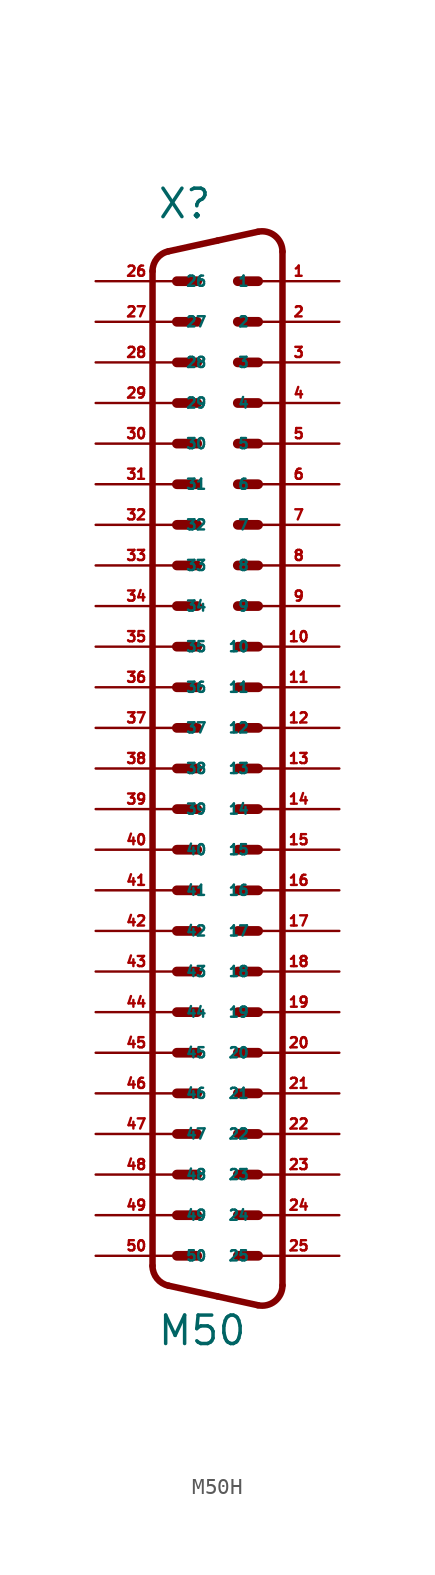
<source format=kicad_sym>
(kicad_symbol_lib
  (version 20220914)
  (generator Eagle2Kicad)
  (symbol "M50H"
    (property "Reference" "X"
      (at -3.81 31.75 0)
      (effects (font (size 1.778 1.778) (thickness 0.22)) (justify left bottom)))
    (property "Value" "M50"
      (at -3.81 -38.735 0)
      (effects (font (size 1.778 1.778) (thickness 0.22)) (justify left bottom)))
    (polyline
      (pts (xy -1.27 12.7) (xy -2.54 12.7))
      (stroke (width 0.61) (type default))
      (fill (type none)))
    (polyline
      (pts (xy 2.54 -7.62) (xy 1.27 -7.62))
      (stroke (width 0.61) (type default))
      (fill (type none)))
    (polyline
      (pts (xy -1.27 15.24) (xy -2.54 15.24))
      (stroke (width 0.61) (type default))
      (fill (type none)))
    (polyline
      (pts (xy 2.54 -5.08) (xy 1.27 -5.08))
      (stroke (width 0.61) (type default))
      (fill (type none)))
    (polyline
      (pts (xy -1.27 17.78) (xy -2.54 17.78))
      (stroke (width 0.61) (type default))
      (fill (type none)))
    (polyline
      (pts (xy 2.54 -2.54) (xy 1.27 -2.54))
      (stroke (width 0.61) (type default))
      (fill (type none)))
    (polyline
      (pts (xy -1.27 20.32) (xy -2.54 20.32))
      (stroke (width 0.61) (type default))
      (fill (type none)))
    (polyline
      (pts (xy 2.54 0) (xy 1.27 0))
      (stroke (width 0.61) (type default))
      (fill (type none)))
    (polyline
      (pts (xy -1.27 22.86) (xy -2.54 22.86))
      (stroke (width 0.61) (type default))
      (fill (type none)))
    (polyline
      (pts (xy 2.54 2.54) (xy 1.27 2.54))
      (stroke (width 0.61) (type default))
      (fill (type none)))
    (polyline
      (pts (xy -1.27 25.4) (xy -2.54 25.4))
      (stroke (width 0.61) (type default))
      (fill (type none)))
    (polyline
      (pts (xy 2.54 5.08) (xy 1.27 5.08))
      (stroke (width 0.61) (type default))
      (fill (type none)))
    (polyline
      (pts (xy -1.27 27.94) (xy -2.54 27.94))
      (stroke (width 0.61) (type default))
      (fill (type none)))
    (polyline
      (pts (xy 2.54 7.62) (xy 1.27 7.62))
      (stroke (width 0.61) (type default))
      (fill (type none)))
    (polyline
      (pts (xy 2.54 -33.02) (xy 1.27 -33.02))
      (stroke (width 0.61) (type default))
      (fill (type none)))
    (polyline
      (pts (xy 2.54 10.16) (xy 1.27 10.16))
      (stroke (width 0.61) (type default))
      (fill (type none)))
    (polyline
      (pts (xy 2.54 -30.48) (xy 1.27 -30.48))
      (stroke (width 0.61) (type default))
      (fill (type none)))
    (polyline
      (pts (xy 2.54 12.7) (xy 1.27 12.7))
      (stroke (width 0.61) (type default))
      (fill (type none)))
    (polyline
      (pts (xy 2.54 -27.94) (xy 1.27 -27.94))
      (stroke (width 0.61) (type default))
      (fill (type none)))
    (polyline
      (pts (xy 2.54 15.24) (xy 1.27 15.24))
      (stroke (width 0.61) (type default))
      (fill (type none)))
    (polyline
      (pts (xy 2.54 -25.4) (xy 1.27 -25.4))
      (stroke (width 0.61) (type default))
      (fill (type none)))
    (polyline
      (pts (xy 2.54 17.78) (xy 1.27 17.78))
      (stroke (width 0.61) (type default))
      (fill (type none)))
    (polyline
      (pts (xy 2.54 -22.86) (xy 1.27 -22.86))
      (stroke (width 0.61) (type default))
      (fill (type none)))
    (polyline
      (pts (xy 2.54 20.32) (xy 1.27 20.32))
      (stroke (width 0.61) (type default))
      (fill (type none)))
    (polyline
      (pts (xy 2.54 -20.32) (xy 1.27 -20.32))
      (stroke (width 0.61) (type default))
      (fill (type none)))
    (polyline
      (pts (xy 2.54 22.86) (xy 1.27 22.86))
      (stroke (width 0.61) (type default))
      (fill (type none)))
    (polyline
      (pts (xy 2.54 -17.78) (xy 1.27 -17.78))
      (stroke (width 0.61) (type default))
      (fill (type none)))
    (polyline
      (pts (xy 2.54 25.4) (xy 1.27 25.4))
      (stroke (width 0.61) (type default))
      (fill (type none)))
    (polyline
      (pts (xy 2.54 -15.24) (xy 1.27 -15.24))
      (stroke (width 0.61) (type default))
      (fill (type none)))
    (polyline
      (pts (xy 2.54 27.94) (xy 1.27 27.94))
      (stroke (width 0.61) (type default))
      (fill (type none)))
    (polyline
      (pts (xy -1.27 2.54) (xy -2.54 2.54))
      (stroke (width 0.61) (type default))
      (fill (type none)))
    (polyline
      (pts (xy -1.27 7.62) (xy -2.54 7.62))
      (stroke (width 0.61) (type default))
      (fill (type none)))
    (polyline
      (pts (xy 2.54 -10.16) (xy 1.27 -10.16))
      (stroke (width 0.61) (type default))
      (fill (type none)))
    (polyline
      (pts (xy 2.54 -12.7) (xy 1.27 -12.7))
      (stroke (width 0.61) (type default))
      (fill (type none)))
    (polyline
      (pts (xy -1.27 -5.08) (xy -2.54 -5.08))
      (stroke (width 0.61) (type default))
      (fill (type none)))
    (polyline
      (pts (xy -1.27 10.16) (xy -2.54 10.16))
      (stroke (width 0.61) (type default))
      (fill (type none)))
    (polyline
      (pts (xy -1.27 5.08) (xy -2.54 5.08))
      (stroke (width 0.61) (type default))
      (fill (type none)))
    (polyline
      (pts (xy -1.27 0) (xy -2.54 0))
      (stroke (width 0.61) (type default))
      (fill (type none)))
    (polyline
      (pts (xy -1.27 -2.54) (xy -2.54 -2.54))
      (stroke (width 0.61) (type default))
      (fill (type none)))
    (polyline
      (pts (xy -1.27 -7.62) (xy -2.54 -7.62))
      (stroke (width 0.61) (type default))
      (fill (type none)))
    (polyline
      (pts (xy -1.27 -10.16) (xy -2.54 -10.16))
      (stroke (width 0.61) (type default))
      (fill (type none)))
    (polyline
      (pts (xy -1.27 -12.7) (xy -2.54 -12.7))
      (stroke (width 0.61) (type default))
      (fill (type none)))
    (polyline
      (pts (xy -1.27 -15.24) (xy -2.54 -15.24))
      (stroke (width 0.61) (type default))
      (fill (type none)))
    (polyline
      (pts (xy -1.27 -17.78) (xy -2.54 -17.78))
      (stroke (width 0.61) (type default))
      (fill (type none)))
    (polyline
      (pts (xy -1.27 -20.32) (xy -2.54 -20.32))
      (stroke (width 0.61) (type default))
      (fill (type none)))
    (polyline
      (pts (xy -1.27 -22.86) (xy -2.54 -22.86))
      (stroke (width 0.61) (type default))
      (fill (type none)))
    (polyline
      (pts (xy -1.27 -25.4) (xy -2.54 -25.4))
      (stroke (width 0.61) (type default))
      (fill (type none)))
    (polyline
      (pts (xy -1.27 -27.94) (xy -2.54 -27.94))
      (stroke (width 0.61) (type default))
      (fill (type none)))
    (polyline
      (pts (xy -1.27 -30.48) (xy -2.54 -30.48))
      (stroke (width 0.61) (type default))
      (fill (type none)))
    (polyline
      (pts (xy -1.27 -33.02) (xy -2.54 -33.02))
      (stroke (width 0.61) (type default))
      (fill (type none)))
    (arc
      (start 2.5226 -36.1119)
      (mid 3.590 -35.860)
      (end 4.0638 -34.8712)
      (stroke (width 0.4064) (type default))
      (fill (type none)))
    (polyline
      (pts (xy 2.523 -36.112) (xy 0 -35.56))
      (stroke (width 0.406) (type default))
      (fill (type none)))
    (polyline
      (pts (xy 0 -35.56) (xy -3.065 -34.889))
      (stroke (width 0.406) (type default))
      (fill (type none)))
    (arc
      (start -4.0641 -33.6488)
      (mid -3.783 -34.445)
      (end -3.0654 -34.8894)
      (stroke (width 0.4064) (type default))
      (fill (type none)))
    (polyline
      (pts (xy -4.064 28.569) (xy -4.064 -33.649))
      (stroke (width 0.406) (type default))
      (fill (type none)))
    (arc
      (start -3.0654 29.8094)
      (mid -3.783 29.365)
      (end -4.064 28.5688)
      (stroke (width 0.4064) (type default))
      (fill (type none)))
    (polyline
      (pts (xy 4.064 29.791) (xy 4.064 -34.871))
      (stroke (width 0.406) (type default))
      (fill (type none)))
    (polyline
      (pts (xy 2.523 31.032) (xy 0 30.48))
      (stroke (width 0.406) (type default))
      (fill (type none)))
    (polyline
      (pts (xy 0 30.48) (xy -3.065 29.809))
      (stroke (width 0.406) (type default))
      (fill (type none)))
    (arc
      (start 4.064 29.7912)
      (mid 3.590 30.781)
      (end 2.5226 31.0319)
      (stroke (width 0.4064) (type default))
      (fill (type none)))
    (pin passive line
      (at -7.62 5.08 0)
      (length 5.08)
      (name "35" (effects (font (size 0.635 0.635) (thickness 0.08)) (justify left bottom)))
      (number "35" (effects (font (size 0.635 0.635) (thickness 0.08)) (justify left bottom))))
    (pin passive line
      (at -7.62 -2.54 0)
      (length 5.08)
      (name "38" (effects (font (size 0.635 0.635) (thickness 0.08)) (justify left bottom)))
      (number "38" (effects (font (size 0.635 0.635) (thickness 0.08)) (justify left bottom))))
    (pin passive line
      (at 7.62 27.94 180)
      (length 5.08)
      (name "1" (effects (font (size 0.635 0.635) (thickness 0.08)) (justify left bottom)))
      (number "1" (effects (font (size 0.635 0.635) (thickness 0.08)) (justify left bottom))))
    (pin passive line
      (at 7.62 -15.24 180)
      (length 5.08)
      (name "18" (effects (font (size 0.635 0.635) (thickness 0.08)) (justify left bottom)))
      (number "18" (effects (font (size 0.635 0.635) (thickness 0.08)) (justify left bottom))))
    (pin passive line
      (at 7.62 25.4 180)
      (length 5.08)
      (name "2" (effects (font (size 0.635 0.635) (thickness 0.08)) (justify left bottom)))
      (number "2" (effects (font (size 0.635 0.635) (thickness 0.08)) (justify left bottom))))
    (pin passive line
      (at 7.62 -17.78 180)
      (length 5.08)
      (name "19" (effects (font (size 0.635 0.635) (thickness 0.08)) (justify left bottom)))
      (number "19" (effects (font (size 0.635 0.635) (thickness 0.08)) (justify left bottom))))
    (pin passive line
      (at 7.62 22.86 180)
      (length 5.08)
      (name "3" (effects (font (size 0.635 0.635) (thickness 0.08)) (justify left bottom)))
      (number "3" (effects (font (size 0.635 0.635) (thickness 0.08)) (justify left bottom))))
    (pin passive line
      (at 7.62 -20.32 180)
      (length 5.08)
      (name "20" (effects (font (size 0.635 0.635) (thickness 0.08)) (justify left bottom)))
      (number "20" (effects (font (size 0.635 0.635) (thickness 0.08)) (justify left bottom))))
    (pin passive line
      (at 7.62 20.32 180)
      (length 5.08)
      (name "4" (effects (font (size 0.635 0.635) (thickness 0.08)) (justify left bottom)))
      (number "4" (effects (font (size 0.635 0.635) (thickness 0.08)) (justify left bottom))))
    (pin passive line
      (at 7.62 -22.86 180)
      (length 5.08)
      (name "21" (effects (font (size 0.635 0.635) (thickness 0.08)) (justify left bottom)))
      (number "21" (effects (font (size 0.635 0.635) (thickness 0.08)) (justify left bottom))))
    (pin passive line
      (at 7.62 17.78 180)
      (length 5.08)
      (name "5" (effects (font (size 0.635 0.635) (thickness 0.08)) (justify left bottom)))
      (number "5" (effects (font (size 0.635 0.635) (thickness 0.08)) (justify left bottom))))
    (pin passive line
      (at 7.62 -25.4 180)
      (length 5.08)
      (name "22" (effects (font (size 0.635 0.635) (thickness 0.08)) (justify left bottom)))
      (number "22" (effects (font (size 0.635 0.635) (thickness 0.08)) (justify left bottom))))
    (pin passive line
      (at 7.62 15.24 180)
      (length 5.08)
      (name "6" (effects (font (size 0.635 0.635) (thickness 0.08)) (justify left bottom)))
      (number "6" (effects (font (size 0.635 0.635) (thickness 0.08)) (justify left bottom))))
    (pin passive line
      (at 7.62 -27.94 180)
      (length 5.08)
      (name "23" (effects (font (size 0.635 0.635) (thickness 0.08)) (justify left bottom)))
      (number "23" (effects (font (size 0.635 0.635) (thickness 0.08)) (justify left bottom))))
    (pin passive line
      (at 7.62 12.7 180)
      (length 5.08)
      (name "7" (effects (font (size 0.635 0.635) (thickness 0.08)) (justify left bottom)))
      (number "7" (effects (font (size 0.635 0.635) (thickness 0.08)) (justify left bottom))))
    (pin passive line
      (at 7.62 -30.48 180)
      (length 5.08)
      (name "24" (effects (font (size 0.635 0.635) (thickness 0.08)) (justify left bottom)))
      (number "24" (effects (font (size 0.635 0.635) (thickness 0.08)) (justify left bottom))))
    (pin passive line
      (at 7.62 10.16 180)
      (length 5.08)
      (name "8" (effects (font (size 0.635 0.635) (thickness 0.08)) (justify left bottom)))
      (number "8" (effects (font (size 0.635 0.635) (thickness 0.08)) (justify left bottom))))
    (pin passive line
      (at 7.62 -33.02 180)
      (length 5.08)
      (name "25" (effects (font (size 0.635 0.635) (thickness 0.08)) (justify left bottom)))
      (number "25" (effects (font (size 0.635 0.635) (thickness 0.08)) (justify left bottom))))
    (pin passive line
      (at 7.62 7.62 180)
      (length 5.08)
      (name "9" (effects (font (size 0.635 0.635) (thickness 0.08)) (justify left bottom)))
      (number "9" (effects (font (size 0.635 0.635) (thickness 0.08)) (justify left bottom))))
    (pin passive line
      (at -7.62 27.94 0)
      (length 5.08)
      (name "26" (effects (font (size 0.635 0.635) (thickness 0.08)) (justify left bottom)))
      (number "26" (effects (font (size 0.635 0.635) (thickness 0.08)) (justify left bottom))))
    (pin passive line
      (at 7.62 5.08 180)
      (length 5.08)
      (name "10" (effects (font (size 0.635 0.635) (thickness 0.08)) (justify left bottom)))
      (number "10" (effects (font (size 0.635 0.635) (thickness 0.08)) (justify left bottom))))
    (pin passive line
      (at -7.62 25.4 0)
      (length 5.08)
      (name "27" (effects (font (size 0.635 0.635) (thickness 0.08)) (justify left bottom)))
      (number "27" (effects (font (size 0.635 0.635) (thickness 0.08)) (justify left bottom))))
    (pin passive line
      (at 7.62 2.54 180)
      (length 5.08)
      (name "11" (effects (font (size 0.635 0.635) (thickness 0.08)) (justify left bottom)))
      (number "11" (effects (font (size 0.635 0.635) (thickness 0.08)) (justify left bottom))))
    (pin passive line
      (at -7.62 22.86 0)
      (length 5.08)
      (name "28" (effects (font (size 0.635 0.635) (thickness 0.08)) (justify left bottom)))
      (number "28" (effects (font (size 0.635 0.635) (thickness 0.08)) (justify left bottom))))
    (pin passive line
      (at 7.62 0 180)
      (length 5.08)
      (name "12" (effects (font (size 0.635 0.635) (thickness 0.08)) (justify left bottom)))
      (number "12" (effects (font (size 0.635 0.635) (thickness 0.08)) (justify left bottom))))
    (pin passive line
      (at -7.62 20.32 0)
      (length 5.08)
      (name "29" (effects (font (size 0.635 0.635) (thickness 0.08)) (justify left bottom)))
      (number "29" (effects (font (size 0.635 0.635) (thickness 0.08)) (justify left bottom))))
    (pin passive line
      (at 7.62 -2.54 180)
      (length 5.08)
      (name "13" (effects (font (size 0.635 0.635) (thickness 0.08)) (justify left bottom)))
      (number "13" (effects (font (size 0.635 0.635) (thickness 0.08)) (justify left bottom))))
    (pin passive line
      (at -7.62 17.78 0)
      (length 5.08)
      (name "30" (effects (font (size 0.635 0.635) (thickness 0.08)) (justify left bottom)))
      (number "30" (effects (font (size 0.635 0.635) (thickness 0.08)) (justify left bottom))))
    (pin passive line
      (at 7.62 -5.08 180)
      (length 5.08)
      (name "14" (effects (font (size 0.635 0.635) (thickness 0.08)) (justify left bottom)))
      (number "14" (effects (font (size 0.635 0.635) (thickness 0.08)) (justify left bottom))))
    (pin passive line
      (at -7.62 15.24 0)
      (length 5.08)
      (name "31" (effects (font (size 0.635 0.635) (thickness 0.08)) (justify left bottom)))
      (number "31" (effects (font (size 0.635 0.635) (thickness 0.08)) (justify left bottom))))
    (pin passive line
      (at 7.62 -7.62 180)
      (length 5.08)
      (name "15" (effects (font (size 0.635 0.635) (thickness 0.08)) (justify left bottom)))
      (number "15" (effects (font (size 0.635 0.635) (thickness 0.08)) (justify left bottom))))
    (pin passive line
      (at -7.62 12.7 0)
      (length 5.08)
      (name "32" (effects (font (size 0.635 0.635) (thickness 0.08)) (justify left bottom)))
      (number "32" (effects (font (size 0.635 0.635) (thickness 0.08)) (justify left bottom))))
    (pin passive line
      (at 7.62 -10.16 180)
      (length 5.08)
      (name "16" (effects (font (size 0.635 0.635) (thickness 0.08)) (justify left bottom)))
      (number "16" (effects (font (size 0.635 0.635) (thickness 0.08)) (justify left bottom))))
    (pin passive line
      (at -7.62 10.16 0)
      (length 5.08)
      (name "33" (effects (font (size 0.635 0.635) (thickness 0.08)) (justify left bottom)))
      (number "33" (effects (font (size 0.635 0.635) (thickness 0.08)) (justify left bottom))))
    (pin passive line
      (at 7.62 -12.7 180)
      (length 5.08)
      (name "17" (effects (font (size 0.635 0.635) (thickness 0.08)) (justify left bottom)))
      (number "17" (effects (font (size 0.635 0.635) (thickness 0.08)) (justify left bottom))))
    (pin passive line
      (at -7.62 -7.62 0)
      (length 5.08)
      (name "40" (effects (font (size 0.635 0.635) (thickness 0.08)) (justify left bottom)))
      (number "40" (effects (font (size 0.635 0.635) (thickness 0.08)) (justify left bottom))))
    (pin passive line
      (at -7.62 -5.08 0)
      (length 5.08)
      (name "39" (effects (font (size 0.635 0.635) (thickness 0.08)) (justify left bottom)))
      (number "39" (effects (font (size 0.635 0.635) (thickness 0.08)) (justify left bottom))))
    (pin passive line
      (at -7.62 7.62 0)
      (length 5.08)
      (name "34" (effects (font (size 0.635 0.635) (thickness 0.08)) (justify left bottom)))
      (number "34" (effects (font (size 0.635 0.635) (thickness 0.08)) (justify left bottom))))
    (pin passive line
      (at -7.62 2.54 0)
      (length 5.08)
      (name "36" (effects (font (size 0.635 0.635) (thickness 0.08)) (justify left bottom)))
      (number "36" (effects (font (size 0.635 0.635) (thickness 0.08)) (justify left bottom))))
    (pin passive line
      (at -7.62 0 0)
      (length 5.08)
      (name "37" (effects (font (size 0.635 0.635) (thickness 0.08)) (justify left bottom)))
      (number "37" (effects (font (size 0.635 0.635) (thickness 0.08)) (justify left bottom))))
    (pin passive line
      (at -7.62 -10.16 0)
      (length 5.08)
      (name "41" (effects (font (size 0.635 0.635) (thickness 0.08)) (justify left bottom)))
      (number "41" (effects (font (size 0.635 0.635) (thickness 0.08)) (justify left bottom))))
    (pin passive line
      (at -7.62 -12.7 0)
      (length 5.08)
      (name "42" (effects (font (size 0.635 0.635) (thickness 0.08)) (justify left bottom)))
      (number "42" (effects (font (size 0.635 0.635) (thickness 0.08)) (justify left bottom))))
    (pin passive line
      (at -7.62 -15.24 0)
      (length 5.08)
      (name "43" (effects (font (size 0.635 0.635) (thickness 0.08)) (justify left bottom)))
      (number "43" (effects (font (size 0.635 0.635) (thickness 0.08)) (justify left bottom))))
    (pin passive line
      (at -7.62 -17.78 0)
      (length 5.08)
      (name "44" (effects (font (size 0.635 0.635) (thickness 0.08)) (justify left bottom)))
      (number "44" (effects (font (size 0.635 0.635) (thickness 0.08)) (justify left bottom))))
    (pin passive line
      (at -7.62 -20.32 0)
      (length 5.08)
      (name "45" (effects (font (size 0.635 0.635) (thickness 0.08)) (justify left bottom)))
      (number "45" (effects (font (size 0.635 0.635) (thickness 0.08)) (justify left bottom))))
    (pin passive line
      (at -7.62 -22.86 0)
      (length 5.08)
      (name "46" (effects (font (size 0.635 0.635) (thickness 0.08)) (justify left bottom)))
      (number "46" (effects (font (size 0.635 0.635) (thickness 0.08)) (justify left bottom))))
    (pin passive line
      (at -7.62 -25.4 0)
      (length 5.08)
      (name "47" (effects (font (size 0.635 0.635) (thickness 0.08)) (justify left bottom)))
      (number "47" (effects (font (size 0.635 0.635) (thickness 0.08)) (justify left bottom))))
    (pin passive line
      (at -7.62 -27.94 0)
      (length 5.08)
      (name "48" (effects (font (size 0.635 0.635) (thickness 0.08)) (justify left bottom)))
      (number "48" (effects (font (size 0.635 0.635) (thickness 0.08)) (justify left bottom))))
    (pin passive line
      (at -7.62 -30.48 0)
      (length 5.08)
      (name "49" (effects (font (size 0.635 0.635) (thickness 0.08)) (justify left bottom)))
      (number "49" (effects (font (size 0.635 0.635) (thickness 0.08)) (justify left bottom))))
    (pin passive line
      (at -7.62 -33.02 0)
      (length 5.08)
      (name "50" (effects (font (size 0.635 0.635) (thickness 0.08)) (justify left bottom)))
      (number "50" (effects (font (size 0.635 0.635) (thickness 0.08)) (justify left bottom))))))
</source>
